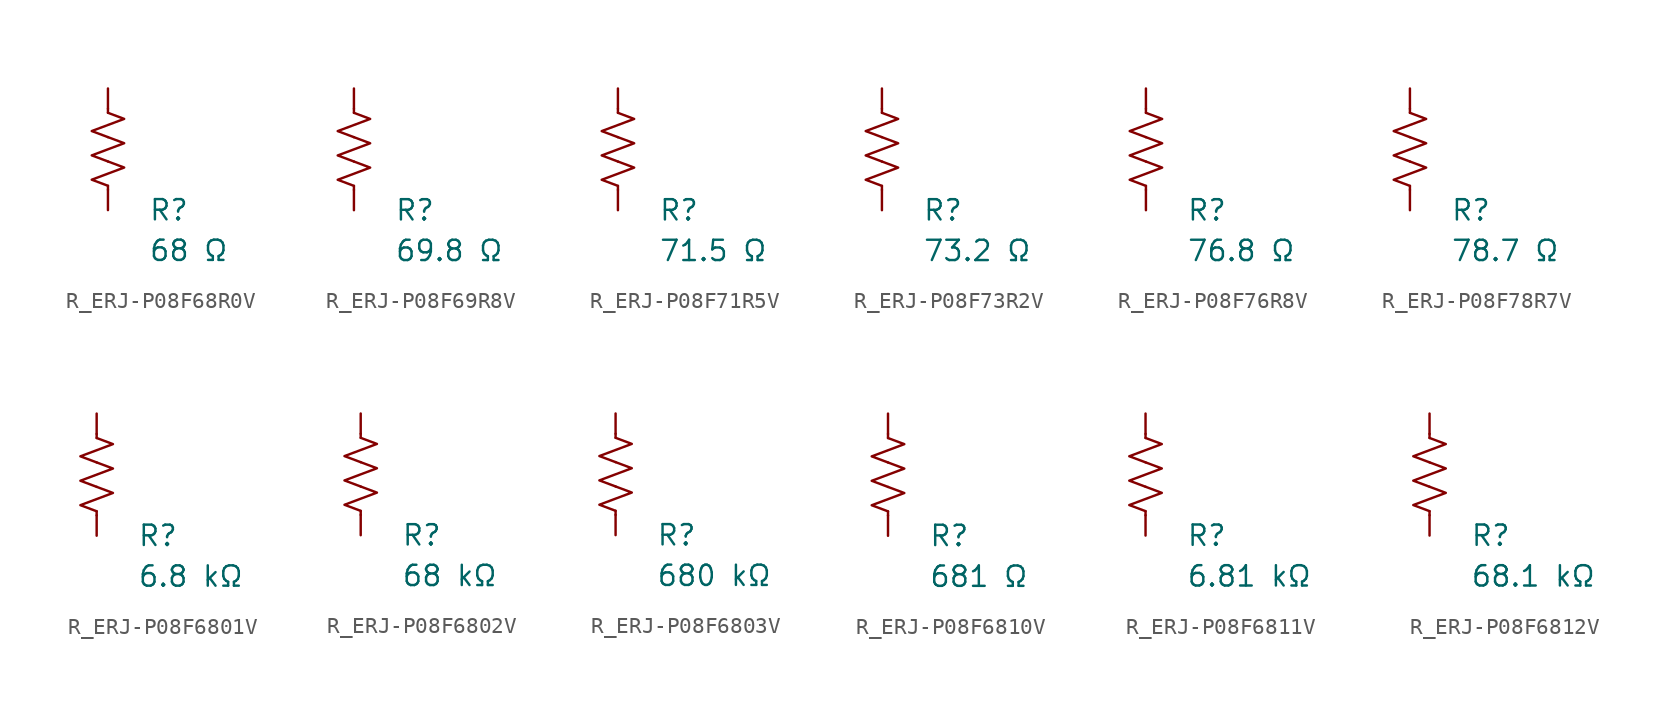
<source format=kicad_sym>
(kicad_symbol_lib
  (version 20231120)
  (generator "kicad_symbol_editor")
  (generator_version "8.0")
  (symbol "R_ERJ-P08F68R0V"
    (pin_numbers hide)
    (pin_names
      (offset 0))
    (property "Reference" "R"
      (at 2.54 -3.81 0)
      (effects (font (size 1.27 1.27)) (justify left))
      (show_name no))
    (property "Value" "68 Ω"
      (at 2.54 -6.35 0)
      (effects (font (size 1.27 1.27)) (justify left))
      (show_name no))
    (symbol "R_ERJ-P08F68R0V_0_1"
      (polyline (pts (xy 0 -2.286) (xy 0 -2.54)) (stroke (width 0) (type default)) (fill (type none)))
      (polyline (pts (xy 0 2.286) (xy 0 2.54)) (stroke (width 0) (type default)) (fill (type none)))
      (polyline (pts (xy 0 -0.762) (xy 1.016 -1.143) (xy 0 -1.524) (xy -1.016 -1.905) (xy 0 -2.286)) (stroke (width 0) (type default)) (fill (type none)))
      (polyline (pts (xy 0 0.762) (xy 1.016 0.381) (xy 0 0) (xy -1.016 -0.381) (xy 0 -0.762)) (stroke (width 0) (type default)) (fill (type none)))
      (polyline (pts (xy 0 2.286) (xy 1.016 1.905) (xy 0 1.524) (xy -1.016 1.143) (xy 0 0.762)) (stroke (width 0) (type default)) (fill (type none))))
    (symbol "R_ERJ-P08F68R0V_1_1"
      (pin passive line (at 0 3.81 270) (length 1.27) (name "~" (effects (font (size 1.27 1.27)))) (number "1" (effects (font (size 1.27 1.27)))))
      (pin passive line (at 0 -3.81 90) (length 1.27) (name "~" (effects (font (size 1.27 1.27)))) (number "2" (effects (font (size 1.27 1.27)))))))
  (symbol "R_ERJ-P08F69R8V"
    (pin_numbers hide)
    (pin_names
      (offset 0))
    (property "Reference" "R"
      (at 2.54 -3.81 0)
      (effects (font (size 1.27 1.27)) (justify left))
      (show_name no))
    (property "Value" "69.8 Ω"
      (at 2.54 -6.35 0)
      (effects (font (size 1.27 1.27)) (justify left))
      (show_name no))
    (symbol "R_ERJ-P08F69R8V_0_1"
      (polyline (pts (xy 0 -2.286) (xy 0 -2.54)) (stroke (width 0) (type default)) (fill (type none)))
      (polyline (pts (xy 0 2.286) (xy 0 2.54)) (stroke (width 0) (type default)) (fill (type none)))
      (polyline (pts (xy 0 -0.762) (xy 1.016 -1.143) (xy 0 -1.524) (xy -1.016 -1.905) (xy 0 -2.286)) (stroke (width 0) (type default)) (fill (type none)))
      (polyline (pts (xy 0 0.762) (xy 1.016 0.381) (xy 0 0) (xy -1.016 -0.381) (xy 0 -0.762)) (stroke (width 0) (type default)) (fill (type none)))
      (polyline (pts (xy 0 2.286) (xy 1.016 1.905) (xy 0 1.524) (xy -1.016 1.143) (xy 0 0.762)) (stroke (width 0) (type default)) (fill (type none))))
    (symbol "R_ERJ-P08F69R8V_1_1"
      (pin passive line (at 0 3.81 270) (length 1.27) (name "~" (effects (font (size 1.27 1.27)))) (number "1" (effects (font (size 1.27 1.27)))))
      (pin passive line (at 0 -3.81 90) (length 1.27) (name "~" (effects (font (size 1.27 1.27)))) (number "2" (effects (font (size 1.27 1.27)))))))
  (symbol "R_ERJ-P08F71R5V"
    (pin_numbers hide)
    (pin_names
      (offset 0))
    (property "Reference" "R"
      (at 2.54 -3.81 0)
      (effects (font (size 1.27 1.27)) (justify left))
      (show_name no))
    (property "Value" "71.5 Ω"
      (at 2.54 -6.35 0)
      (effects (font (size 1.27 1.27)) (justify left))
      (show_name no))
    (symbol "R_ERJ-P08F71R5V_0_1"
      (polyline (pts (xy 0 -2.286) (xy 0 -2.54)) (stroke (width 0) (type default)) (fill (type none)))
      (polyline (pts (xy 0 2.286) (xy 0 2.54)) (stroke (width 0) (type default)) (fill (type none)))
      (polyline (pts (xy 0 -0.762) (xy 1.016 -1.143) (xy 0 -1.524) (xy -1.016 -1.905) (xy 0 -2.286)) (stroke (width 0) (type default)) (fill (type none)))
      (polyline (pts (xy 0 0.762) (xy 1.016 0.381) (xy 0 0) (xy -1.016 -0.381) (xy 0 -0.762)) (stroke (width 0) (type default)) (fill (type none)))
      (polyline (pts (xy 0 2.286) (xy 1.016 1.905) (xy 0 1.524) (xy -1.016 1.143) (xy 0 0.762)) (stroke (width 0) (type default)) (fill (type none))))
    (symbol "R_ERJ-P08F71R5V_1_1"
      (pin passive line (at 0 3.81 270) (length 1.27) (name "~" (effects (font (size 1.27 1.27)))) (number "1" (effects (font (size 1.27 1.27)))))
      (pin passive line (at 0 -3.81 90) (length 1.27) (name "~" (effects (font (size 1.27 1.27)))) (number "2" (effects (font (size 1.27 1.27)))))))
  (symbol "R_ERJ-P08F73R2V"
    (pin_numbers hide)
    (pin_names
      (offset 0))
    (property "Reference" "R"
      (at 2.54 -3.81 0)
      (effects (font (size 1.27 1.27)) (justify left))
      (show_name no))
    (property "Value" "73.2 Ω"
      (at 2.54 -6.35 0)
      (effects (font (size 1.27 1.27)) (justify left))
      (show_name no))
    (symbol "R_ERJ-P08F73R2V_0_1"
      (polyline (pts (xy 0 -2.286) (xy 0 -2.54)) (stroke (width 0) (type default)) (fill (type none)))
      (polyline (pts (xy 0 2.286) (xy 0 2.54)) (stroke (width 0) (type default)) (fill (type none)))
      (polyline (pts (xy 0 -0.762) (xy 1.016 -1.143) (xy 0 -1.524) (xy -1.016 -1.905) (xy 0 -2.286)) (stroke (width 0) (type default)) (fill (type none)))
      (polyline (pts (xy 0 0.762) (xy 1.016 0.381) (xy 0 0) (xy -1.016 -0.381) (xy 0 -0.762)) (stroke (width 0) (type default)) (fill (type none)))
      (polyline (pts (xy 0 2.286) (xy 1.016 1.905) (xy 0 1.524) (xy -1.016 1.143) (xy 0 0.762)) (stroke (width 0) (type default)) (fill (type none))))
    (symbol "R_ERJ-P08F73R2V_1_1"
      (pin passive line (at 0 3.81 270) (length 1.27) (name "~" (effects (font (size 1.27 1.27)))) (number "1" (effects (font (size 1.27 1.27)))))
      (pin passive line (at 0 -3.81 90) (length 1.27) (name "~" (effects (font (size 1.27 1.27)))) (number "2" (effects (font (size 1.27 1.27)))))))
  (symbol "R_ERJ-P08F76R8V"
    (pin_numbers hide)
    (pin_names
      (offset 0))
    (property "Reference" "R"
      (at 2.54 -3.81 0)
      (effects (font (size 1.27 1.27)) (justify left))
      (show_name no))
    (property "Value" "76.8 Ω"
      (at 2.54 -6.35 0)
      (effects (font (size 1.27 1.27)) (justify left))
      (show_name no))
    (symbol "R_ERJ-P08F76R8V_0_1"
      (polyline (pts (xy 0 -2.286) (xy 0 -2.54)) (stroke (width 0) (type default)) (fill (type none)))
      (polyline (pts (xy 0 2.286) (xy 0 2.54)) (stroke (width 0) (type default)) (fill (type none)))
      (polyline (pts (xy 0 -0.762) (xy 1.016 -1.143) (xy 0 -1.524) (xy -1.016 -1.905) (xy 0 -2.286)) (stroke (width 0) (type default)) (fill (type none)))
      (polyline (pts (xy 0 0.762) (xy 1.016 0.381) (xy 0 0) (xy -1.016 -0.381) (xy 0 -0.762)) (stroke (width 0) (type default)) (fill (type none)))
      (polyline (pts (xy 0 2.286) (xy 1.016 1.905) (xy 0 1.524) (xy -1.016 1.143) (xy 0 0.762)) (stroke (width 0) (type default)) (fill (type none))))
    (symbol "R_ERJ-P08F76R8V_1_1"
      (pin passive line (at 0 3.81 270) (length 1.27) (name "~" (effects (font (size 1.27 1.27)))) (number "1" (effects (font (size 1.27 1.27)))))
      (pin passive line (at 0 -3.81 90) (length 1.27) (name "~" (effects (font (size 1.27 1.27)))) (number "2" (effects (font (size 1.27 1.27)))))))
  (symbol "R_ERJ-P08F78R7V"
    (pin_numbers hide)
    (pin_names
      (offset 0))
    (property "Reference" "R"
      (at 2.54 -3.81 0)
      (effects (font (size 1.27 1.27)) (justify left))
      (show_name no))
    (property "Value" "78.7 Ω"
      (at 2.54 -6.35 0)
      (effects (font (size 1.27 1.27)) (justify left))
      (show_name no))
    (symbol "R_ERJ-P08F78R7V_0_1"
      (polyline (pts (xy 0 -2.286) (xy 0 -2.54)) (stroke (width 0) (type default)) (fill (type none)))
      (polyline (pts (xy 0 2.286) (xy 0 2.54)) (stroke (width 0) (type default)) (fill (type none)))
      (polyline (pts (xy 0 -0.762) (xy 1.016 -1.143) (xy 0 -1.524) (xy -1.016 -1.905) (xy 0 -2.286)) (stroke (width 0) (type default)) (fill (type none)))
      (polyline (pts (xy 0 0.762) (xy 1.016 0.381) (xy 0 0) (xy -1.016 -0.381) (xy 0 -0.762)) (stroke (width 0) (type default)) (fill (type none)))
      (polyline (pts (xy 0 2.286) (xy 1.016 1.905) (xy 0 1.524) (xy -1.016 1.143) (xy 0 0.762)) (stroke (width 0) (type default)) (fill (type none))))
    (symbol "R_ERJ-P08F78R7V_1_1"
      (pin passive line (at 0 3.81 270) (length 1.27) (name "~" (effects (font (size 1.27 1.27)))) (number "1" (effects (font (size 1.27 1.27)))))
      (pin passive line (at 0 -3.81 90) (length 1.27) (name "~" (effects (font (size 1.27 1.27)))) (number "2" (effects (font (size 1.27 1.27)))))))
  (symbol "R_ERJ-P08F6801V"
    (pin_numbers hide)
    (pin_names
      (offset 0))
    (property "Reference" "R"
      (at 2.54 -3.81 0)
      (effects (font (size 1.27 1.27)) (justify left))
      (show_name no))
    (property "Value" "6.8 kΩ"
      (at 2.54 -6.35 0)
      (effects (font (size 1.27 1.27)) (justify left))
      (show_name no))
    (symbol "R_ERJ-P08F6801V_0_1"
      (polyline (pts (xy 0 -2.286) (xy 0 -2.54)) (stroke (width 0) (type default)) (fill (type none)))
      (polyline (pts (xy 0 2.286) (xy 0 2.54)) (stroke (width 0) (type default)) (fill (type none)))
      (polyline (pts (xy 0 -0.762) (xy 1.016 -1.143) (xy 0 -1.524) (xy -1.016 -1.905) (xy 0 -2.286)) (stroke (width 0) (type default)) (fill (type none)))
      (polyline (pts (xy 0 0.762) (xy 1.016 0.381) (xy 0 0) (xy -1.016 -0.381) (xy 0 -0.762)) (stroke (width 0) (type default)) (fill (type none)))
      (polyline (pts (xy 0 2.286) (xy 1.016 1.905) (xy 0 1.524) (xy -1.016 1.143) (xy 0 0.762)) (stroke (width 0) (type default)) (fill (type none))))
    (symbol "R_ERJ-P08F6801V_1_1"
      (pin passive line (at 0 3.81 270) (length 1.27) (name "~" (effects (font (size 1.27 1.27)))) (number "1" (effects (font (size 1.27 1.27)))))
      (pin passive line (at 0 -3.81 90) (length 1.27) (name "~" (effects (font (size 1.27 1.27)))) (number "2" (effects (font (size 1.27 1.27)))))))
  (symbol "R_ERJ-P08F6802V"
    (pin_numbers hide)
    (pin_names
      (offset 0))
    (property "Reference" "R"
      (at 2.54 -3.81 0)
      (effects (font (size 1.27 1.27)) (justify left))
      (show_name no))
    (property "Value" "68 kΩ"
      (at 2.54 -6.35 0)
      (effects (font (size 1.27 1.27)) (justify left))
      (show_name no))
    (symbol "R_ERJ-P08F6802V_0_1"
      (polyline (pts (xy 0 -2.286) (xy 0 -2.54)) (stroke (width 0) (type default)) (fill (type none)))
      (polyline (pts (xy 0 2.286) (xy 0 2.54)) (stroke (width 0) (type default)) (fill (type none)))
      (polyline (pts (xy 0 -0.762) (xy 1.016 -1.143) (xy 0 -1.524) (xy -1.016 -1.905) (xy 0 -2.286)) (stroke (width 0) (type default)) (fill (type none)))
      (polyline (pts (xy 0 0.762) (xy 1.016 0.381) (xy 0 0) (xy -1.016 -0.381) (xy 0 -0.762)) (stroke (width 0) (type default)) (fill (type none)))
      (polyline (pts (xy 0 2.286) (xy 1.016 1.905) (xy 0 1.524) (xy -1.016 1.143) (xy 0 0.762)) (stroke (width 0) (type default)) (fill (type none))))
    (symbol "R_ERJ-P08F6802V_1_1"
      (pin passive line (at 0 3.81 270) (length 1.27) (name "~" (effects (font (size 1.27 1.27)))) (number "1" (effects (font (size 1.27 1.27)))))
      (pin passive line (at 0 -3.81 90) (length 1.27) (name "~" (effects (font (size 1.27 1.27)))) (number "2" (effects (font (size 1.27 1.27)))))))
  (symbol "R_ERJ-P08F6803V"
    (pin_numbers hide)
    (pin_names
      (offset 0))
    (property "Reference" "R"
      (at 2.54 -3.81 0)
      (effects (font (size 1.27 1.27)) (justify left))
      (show_name no))
    (property "Value" "680 kΩ"
      (at 2.54 -6.35 0)
      (effects (font (size 1.27 1.27)) (justify left))
      (show_name no))
    (symbol "R_ERJ-P08F6803V_0_1"
      (polyline (pts (xy 0 -2.286) (xy 0 -2.54)) (stroke (width 0) (type default)) (fill (type none)))
      (polyline (pts (xy 0 2.286) (xy 0 2.54)) (stroke (width 0) (type default)) (fill (type none)))
      (polyline (pts (xy 0 -0.762) (xy 1.016 -1.143) (xy 0 -1.524) (xy -1.016 -1.905) (xy 0 -2.286)) (stroke (width 0) (type default)) (fill (type none)))
      (polyline (pts (xy 0 0.762) (xy 1.016 0.381) (xy 0 0) (xy -1.016 -0.381) (xy 0 -0.762)) (stroke (width 0) (type default)) (fill (type none)))
      (polyline (pts (xy 0 2.286) (xy 1.016 1.905) (xy 0 1.524) (xy -1.016 1.143) (xy 0 0.762)) (stroke (width 0) (type default)) (fill (type none))))
    (symbol "R_ERJ-P08F6803V_1_1"
      (pin passive line (at 0 3.81 270) (length 1.27) (name "~" (effects (font (size 1.27 1.27)))) (number "1" (effects (font (size 1.27 1.27)))))
      (pin passive line (at 0 -3.81 90) (length 1.27) (name "~" (effects (font (size 1.27 1.27)))) (number "2" (effects (font (size 1.27 1.27)))))))
  (symbol "R_ERJ-P08F6810V"
    (pin_numbers hide)
    (pin_names
      (offset 0))
    (property "Reference" "R"
      (at 2.54 -3.81 0)
      (effects (font (size 1.27 1.27)) (justify left))
      (show_name no))
    (property "Value" "681 Ω"
      (at 2.54 -6.35 0)
      (effects (font (size 1.27 1.27)) (justify left))
      (show_name no))
    (symbol "R_ERJ-P08F6810V_0_1"
      (polyline (pts (xy 0 -2.286) (xy 0 -2.54)) (stroke (width 0) (type default)) (fill (type none)))
      (polyline (pts (xy 0 2.286) (xy 0 2.54)) (stroke (width 0) (type default)) (fill (type none)))
      (polyline (pts (xy 0 -0.762) (xy 1.016 -1.143) (xy 0 -1.524) (xy -1.016 -1.905) (xy 0 -2.286)) (stroke (width 0) (type default)) (fill (type none)))
      (polyline (pts (xy 0 0.762) (xy 1.016 0.381) (xy 0 0) (xy -1.016 -0.381) (xy 0 -0.762)) (stroke (width 0) (type default)) (fill (type none)))
      (polyline (pts (xy 0 2.286) (xy 1.016 1.905) (xy 0 1.524) (xy -1.016 1.143) (xy 0 0.762)) (stroke (width 0) (type default)) (fill (type none))))
    (symbol "R_ERJ-P08F6810V_1_1"
      (pin passive line (at 0 3.81 270) (length 1.27) (name "~" (effects (font (size 1.27 1.27)))) (number "1" (effects (font (size 1.27 1.27)))))
      (pin passive line (at 0 -3.81 90) (length 1.27) (name "~" (effects (font (size 1.27 1.27)))) (number "2" (effects (font (size 1.27 1.27)))))))
  (symbol "R_ERJ-P08F6811V"
    (pin_numbers hide)
    (pin_names
      (offset 0))
    (property "Reference" "R"
      (at 2.54 -3.81 0)
      (effects (font (size 1.27 1.27)) (justify left))
      (show_name no))
    (property "Value" "6.81 kΩ"
      (at 2.54 -6.35 0)
      (effects (font (size 1.27 1.27)) (justify left))
      (show_name no))
    (symbol "R_ERJ-P08F6811V_0_1"
      (polyline (pts (xy 0 -2.286) (xy 0 -2.54)) (stroke (width 0) (type default)) (fill (type none)))
      (polyline (pts (xy 0 2.286) (xy 0 2.54)) (stroke (width 0) (type default)) (fill (type none)))
      (polyline (pts (xy 0 -0.762) (xy 1.016 -1.143) (xy 0 -1.524) (xy -1.016 -1.905) (xy 0 -2.286)) (stroke (width 0) (type default)) (fill (type none)))
      (polyline (pts (xy 0 0.762) (xy 1.016 0.381) (xy 0 0) (xy -1.016 -0.381) (xy 0 -0.762)) (stroke (width 0) (type default)) (fill (type none)))
      (polyline (pts (xy 0 2.286) (xy 1.016 1.905) (xy 0 1.524) (xy -1.016 1.143) (xy 0 0.762)) (stroke (width 0) (type default)) (fill (type none))))
    (symbol "R_ERJ-P08F6811V_1_1"
      (pin passive line (at 0 3.81 270) (length 1.27) (name "~" (effects (font (size 1.27 1.27)))) (number "1" (effects (font (size 1.27 1.27)))))
      (pin passive line (at 0 -3.81 90) (length 1.27) (name "~" (effects (font (size 1.27 1.27)))) (number "2" (effects (font (size 1.27 1.27)))))))
  (symbol "R_ERJ-P08F6812V"
    (pin_numbers hide)
    (pin_names
      (offset 0))
    (property "Reference" "R"
      (at 2.54 -3.81 0)
      (effects (font (size 1.27 1.27)) (justify left))
      (show_name no))
    (property "Value" "68.1 kΩ"
      (at 2.54 -6.35 0)
      (effects (font (size 1.27 1.27)) (justify left))
      (show_name no))
    (symbol "R_ERJ-P08F6812V_0_1"
      (polyline (pts (xy 0 -2.286) (xy 0 -2.54)) (stroke (width 0) (type default)) (fill (type none)))
      (polyline (pts (xy 0 2.286) (xy 0 2.54)) (stroke (width 0) (type default)) (fill (type none)))
      (polyline (pts (xy 0 -0.762) (xy 1.016 -1.143) (xy 0 -1.524) (xy -1.016 -1.905) (xy 0 -2.286)) (stroke (width 0) (type default)) (fill (type none)))
      (polyline (pts (xy 0 0.762) (xy 1.016 0.381) (xy 0 0) (xy -1.016 -0.381) (xy 0 -0.762)) (stroke (width 0) (type default)) (fill (type none)))
      (polyline (pts (xy 0 2.286) (xy 1.016 1.905) (xy 0 1.524) (xy -1.016 1.143) (xy 0 0.762)) (stroke (width 0) (type default)) (fill (type none))))
    (symbol "R_ERJ-P08F6812V_1_1"
      (pin passive line (at 0 3.81 270) (length 1.27) (name "~" (effects (font (size 1.27 1.27)))) (number "1" (effects (font (size 1.27 1.27)))))
      (pin passive line (at 0 -3.81 90) (length 1.27) (name "~" (effects (font (size 1.27 1.27)))) (number "2" (effects (font (size 1.27 1.27))))))))
</source>
